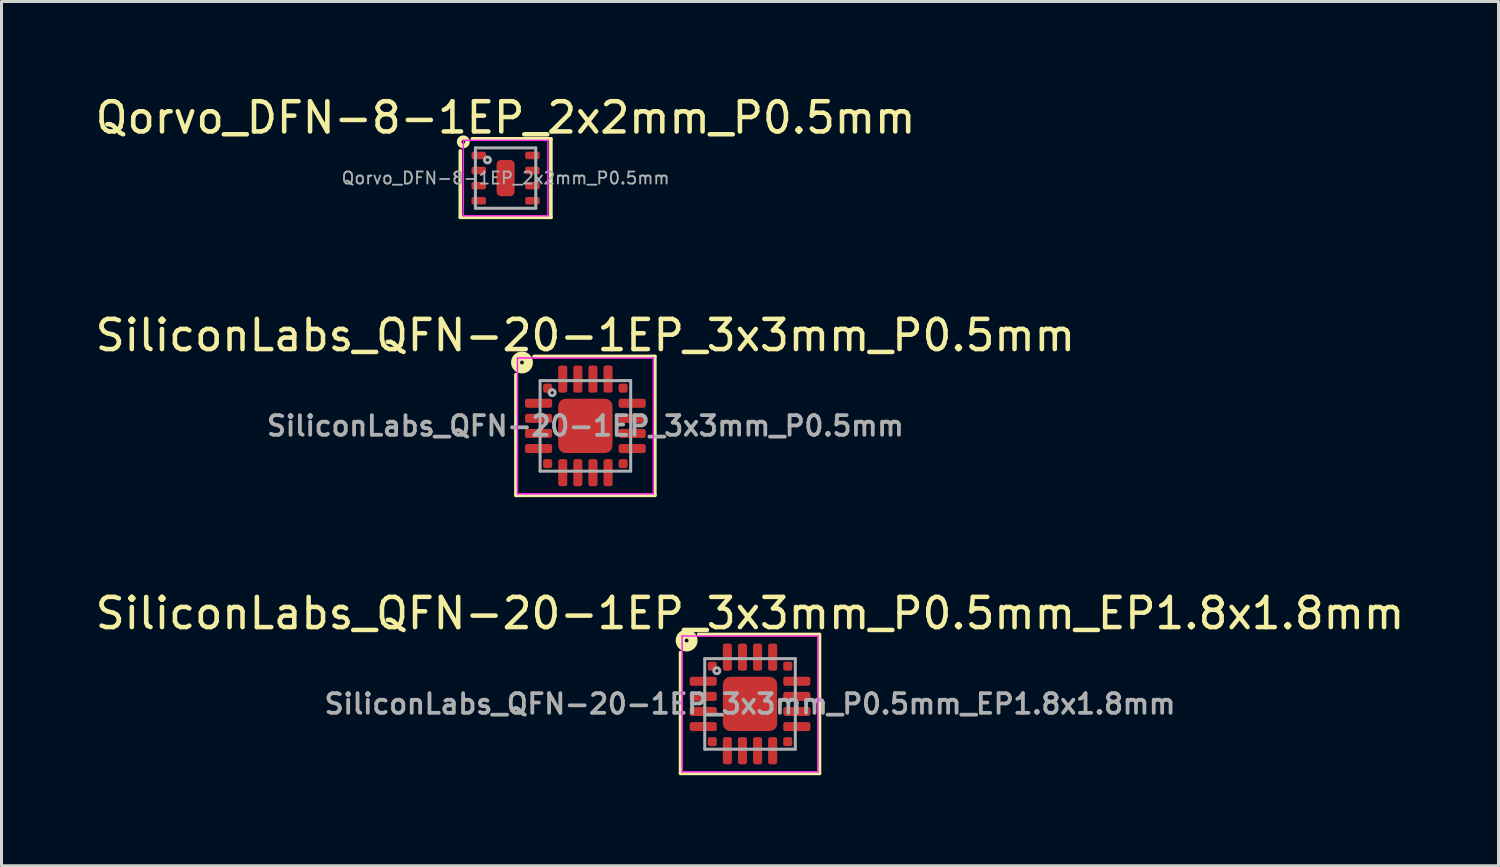
<source format=kicad_pcb>
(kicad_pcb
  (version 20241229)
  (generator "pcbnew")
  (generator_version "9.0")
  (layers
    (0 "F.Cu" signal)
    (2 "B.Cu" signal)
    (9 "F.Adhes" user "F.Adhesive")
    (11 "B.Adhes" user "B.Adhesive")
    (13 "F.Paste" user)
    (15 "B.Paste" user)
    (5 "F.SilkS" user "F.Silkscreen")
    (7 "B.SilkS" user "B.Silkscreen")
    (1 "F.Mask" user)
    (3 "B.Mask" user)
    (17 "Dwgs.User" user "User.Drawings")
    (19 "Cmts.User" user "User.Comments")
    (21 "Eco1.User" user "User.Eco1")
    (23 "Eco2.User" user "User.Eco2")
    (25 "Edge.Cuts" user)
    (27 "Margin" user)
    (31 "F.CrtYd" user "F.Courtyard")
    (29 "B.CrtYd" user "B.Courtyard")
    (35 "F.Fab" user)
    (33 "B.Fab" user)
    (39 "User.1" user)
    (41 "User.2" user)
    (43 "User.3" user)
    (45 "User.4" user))
  (footprint "SiliconLabs_QFN-20-1EP_3x3mm_P0.5mm_EP1.8x1.8mm"
    (layer "F.Cu")
    (at 21.792 20.265)
    (property "Reference" "SiliconLabs_QFN-20-1EP_3x3mm_P0.5mm_EP1.8x1.8mm" (at 0 -3 0) (layer "F.SilkS") (effects (font (size 1 1) (thickness 0.15))))
    (attr smd)
    (fp_line (start -2.3 2.3) (end -2.3 -1.7) (stroke (width 0.12) (type solid)) (layer "F.SilkS"))
    (fp_line (start -1.7 -2.3) (end 2.3 -2.3) (stroke (width 0.12) (type solid)) (layer "F.SilkS"))
    (fp_line (start 2.3 -2.3) (end 2.3 2.3) (stroke (width 0.12) (type solid)) (layer "F.SilkS"))
    (fp_line (start 2.3 2.3) (end -2.3 2.3) (stroke (width 0.12) (type solid)) (layer "F.SilkS"))
    (fp_circle (center -2.1 -2.1) (end -2.037 -2.1) (stroke (width 0.3) (type solid)) (fill no) (layer "F.SilkS"))
    (fp_line (start -2.25 -2.25) (end -2.25 2.25) (stroke (width 0.05) (type solid)) (layer "F.CrtYd"))
    (fp_line (start -2.25 2.25) (end 2.25 2.25) (stroke (width 0.05) (type solid)) (layer "F.CrtYd"))
    (fp_line (start 2.25 -2.25) (end -2.25 -2.25) (stroke (width 0.05) (type solid)) (layer "F.CrtYd"))
    (fp_line (start 2.25 2.25) (end 2.25 -2.25) (stroke (width 0.05) (type solid)) (layer "F.CrtYd"))
    (fp_line (start -1.5 -1.5) (end 1.5 -1.5) (stroke (width 0.1) (type solid)) (layer "F.Fab"))
    (fp_line (start -1.5 1.5) (end -1.5 -1.5) (stroke (width 0.1) (type solid)) (layer "F.Fab"))
    (fp_line (start 1.5 -1.5) (end 1.5 1.5) (stroke (width 0.1) (type solid)) (layer "F.Fab"))
    (fp_line (start 1.5 1.5) (end -1.5 1.5) (stroke (width 0.1) (type solid)) (layer "F.Fab"))
    (fp_circle (center -1.1 -1.1) (end -1 -1.1) (stroke (width 0.1) (type solid)) (fill no) (layer "F.Fab"))
    (fp_text user "${REFERENCE}" (at 0 0 0) (layer "F.Fab") (effects (font (size 0.65 0.65) (thickness 0.125))))
    (pad "" smd roundrect (at -0.45 -0.45) (size 0.7 0.7) (layers "F.Paste") (roundrect_rratio 0.25))
    (pad "" smd roundrect (at -0.45 0.45) (size 0.7 0.7) (layers "F.Paste") (roundrect_rratio 0.25))
    (pad "" smd roundrect (at 0.45 -0.45) (size 0.7 0.7) (layers "F.Paste") (roundrect_rratio 0.25))
    (pad "" smd roundrect (at 0.45 0.45) (size 0.7 0.7) (layers "F.Paste") (roundrect_rratio 0.25))
    (pad "1" smd roundrect (at -1.25 -1.25) (size 0.3 0.3) (layers "F.Cu" "F.Mask" "F.Paste") (roundrect_rratio 0.25))
    (pad "2" smd roundrect (at -1.55 -0.75) (size 0.9 0.3) (layers "F.Cu" "F.Mask" "F.Paste") (roundrect_rratio 0.25))
    (pad "3" smd roundrect (at -1.55 -0.25) (size 0.9 0.3) (layers "F.Cu" "F.Mask" "F.Paste") (roundrect_rratio 0.25))
    (pad "4" smd roundrect (at -1.55 0.25) (size 0.9 0.3) (layers "F.Cu" "F.Mask" "F.Paste") (roundrect_rratio 0.25))
    (pad "5" smd roundrect (at -1.55 0.75) (size 0.9 0.3) (layers "F.Cu" "F.Mask" "F.Paste") (roundrect_rratio 0.25))
    (pad "6" smd roundrect (at -1.25 1.25) (size 0.3 0.3) (layers "F.Cu" "F.Mask" "F.Paste") (roundrect_rratio 0.25))
    (pad "7" smd roundrect (at -0.75 1.55 90) (size 0.9 0.3) (layers "F.Cu" "F.Mask" "F.Paste") (roundrect_rratio 0.25))
    (pad "8" smd roundrect (at -0.25 1.55 90) (size 0.9 0.3) (layers "F.Cu" "F.Mask" "F.Paste") (roundrect_rratio 0.25))
    (pad "9" smd roundrect (at 0.25 1.55 90) (size 0.9 0.3) (layers "F.Cu" "F.Mask" "F.Paste") (roundrect_rratio 0.25))
    (pad "10" smd roundrect (at 0.75 1.55 90) (size 0.9 0.3) (layers "F.Cu" "F.Mask" "F.Paste") (roundrect_rratio 0.25))
    (pad "11" smd roundrect (at 1.25 1.25) (size 0.3 0.3) (layers "F.Cu" "F.Mask" "F.Paste") (roundrect_rratio 0.25))
    (pad "12" smd roundrect (at 1.55 0.75) (size 0.9 0.3) (layers "F.Cu" "F.Mask" "F.Paste") (roundrect_rratio 0.25))
    (pad "13" smd roundrect (at 1.55 0.25) (size 0.9 0.3) (layers "F.Cu" "F.Mask" "F.Paste") (roundrect_rratio 0.25))
    (pad "14" smd roundrect (at 1.55 -0.25) (size 0.9 0.3) (layers "F.Cu" "F.Mask" "F.Paste") (roundrect_rratio 0.25))
    (pad "15" smd roundrect (at 1.55 -0.75) (size 0.9 0.3) (layers "F.Cu" "F.Mask" "F.Paste") (roundrect_rratio 0.25))
    (pad "16" smd roundrect (at 1.25 -1.25) (size 0.3 0.3) (layers "F.Cu" "F.Mask" "F.Paste") (roundrect_rratio 0.25))
    (pad "17" smd roundrect (at 0.75 -1.55 90) (size 0.9 0.3) (layers "F.Cu" "F.Mask" "F.Paste") (roundrect_rratio 0.25))
    (pad "18" smd roundrect (at 0.25 -1.55 90) (size 0.9 0.3) (layers "F.Cu" "F.Mask" "F.Paste") (roundrect_rratio 0.25))
    (pad "19" smd roundrect (at -0.25 -1.55 90) (size 0.9 0.3) (layers "F.Cu" "F.Mask" "F.Paste") (roundrect_rratio 0.25))
    (pad "20" smd roundrect (at -0.75 -1.55 90) (size 0.9 0.3) (layers "F.Cu" "F.Mask" "F.Paste") (roundrect_rratio 0.25))
    (pad "21" smd roundrect (at 0 0) (size 1.8 1.8) (layers "F.Cu" "F.Mask") (roundrect_rratio 0.139)))
  (footprint "SiliconLabs_QFN-20-1EP_3x3mm_P0.5mm"
    (layer "F.Cu")
    (at 16.339 11.056)
    (property "Reference" "SiliconLabs_QFN-20-1EP_3x3mm_P0.5mm" (at 0 -3 0) (layer "F.SilkS") (effects (font (size 1 1) (thickness 0.15))))
    (attr smd)
    (fp_line (start -2.3 2.3) (end -2.3 -1.7) (stroke (width 0.12) (type solid)) (layer "F.SilkS"))
    (fp_line (start -1.7 -2.3) (end 2.3 -2.3) (stroke (width 0.12) (type solid)) (layer "F.SilkS"))
    (fp_line (start 2.3 -2.3) (end 2.3 2.3) (stroke (width 0.12) (type solid)) (layer "F.SilkS"))
    (fp_line (start 2.3 2.3) (end -2.3 2.3) (stroke (width 0.12) (type solid)) (layer "F.SilkS"))
    (fp_circle (center -2.1 -2.1) (end -2.037 -2.1) (stroke (width 0.3) (type solid)) (fill no) (layer "F.SilkS"))
    (fp_line (start -2.25 -2.25) (end -2.25 2.25) (stroke (width 0.05) (type solid)) (layer "F.CrtYd"))
    (fp_line (start -2.25 2.25) (end 2.25 2.25) (stroke (width 0.05) (type solid)) (layer "F.CrtYd"))
    (fp_line (start 2.25 -2.25) (end -2.25 -2.25) (stroke (width 0.05) (type solid)) (layer "F.CrtYd"))
    (fp_line (start 2.25 2.25) (end 2.25 -2.25) (stroke (width 0.05) (type solid)) (layer "F.CrtYd"))
    (fp_line (start -1.5 -1.5) (end 1.5 -1.5) (stroke (width 0.1) (type solid)) (layer "F.Fab"))
    (fp_line (start -1.5 1.5) (end -1.5 -1.5) (stroke (width 0.1) (type solid)) (layer "F.Fab"))
    (fp_line (start 1.5 -1.5) (end 1.5 1.5) (stroke (width 0.1) (type solid)) (layer "F.Fab"))
    (fp_line (start 1.5 1.5) (end -1.5 1.5) (stroke (width 0.1) (type solid)) (layer "F.Fab"))
    (fp_circle (center -1.1 -1.1) (end -1 -1.1) (stroke (width 0.1) (type solid)) (fill no) (layer "F.Fab"))
    (fp_text user "${REFERENCE}" (at 0 0 0) (layer "F.Fab") (effects (font (size 0.65 0.65) (thickness 0.125))))
    (pad "" smd roundrect (at -0.45 -0.45) (size 0.7 0.7) (layers "F.Paste") (roundrect_rratio 0.25))
    (pad "" smd roundrect (at -0.45 0.45) (size 0.7 0.7) (layers "F.Paste") (roundrect_rratio 0.25))
    (pad "" smd roundrect (at 0.45 -0.45) (size 0.7 0.7) (layers "F.Paste") (roundrect_rratio 0.25))
    (pad "" smd roundrect (at 0.45 0.45) (size 0.7 0.7) (layers "F.Paste") (roundrect_rratio 0.25))
    (pad "1" smd roundrect (at -1.25 -1.25) (size 0.3 0.3) (layers "F.Cu" "F.Mask" "F.Paste") (roundrect_rratio 0.25))
    (pad "2" smd roundrect (at -1.55 -0.75) (size 0.9 0.3) (layers "F.Cu" "F.Mask" "F.Paste") (roundrect_rratio 0.25))
    (pad "3" smd roundrect (at -1.55 -0.25) (size 0.9 0.3) (layers "F.Cu" "F.Mask" "F.Paste") (roundrect_rratio 0.25))
    (pad "4" smd roundrect (at -1.55 0.25) (size 0.9 0.3) (layers "F.Cu" "F.Mask" "F.Paste") (roundrect_rratio 0.25))
    (pad "5" smd roundrect (at -1.55 0.75) (size 0.9 0.3) (layers "F.Cu" "F.Mask" "F.Paste") (roundrect_rratio 0.25))
    (pad "6" smd roundrect (at -1.25 1.25) (size 0.3 0.3) (layers "F.Cu" "F.Mask" "F.Paste") (roundrect_rratio 0.25))
    (pad "7" smd roundrect (at -0.75 1.55 90) (size 0.9 0.3) (layers "F.Cu" "F.Mask" "F.Paste") (roundrect_rratio 0.25))
    (pad "8" smd roundrect (at -0.25 1.55 90) (size 0.9 0.3) (layers "F.Cu" "F.Mask" "F.Paste") (roundrect_rratio 0.25))
    (pad "9" smd roundrect (at 0.25 1.55 90) (size 0.9 0.3) (layers "F.Cu" "F.Mask" "F.Paste") (roundrect_rratio 0.25))
    (pad "10" smd roundrect (at 0.75 1.55 90) (size 0.9 0.3) (layers "F.Cu" "F.Mask" "F.Paste") (roundrect_rratio 0.25))
    (pad "11" smd roundrect (at 1.25 1.25) (size 0.3 0.3) (layers "F.Cu" "F.Mask" "F.Paste") (roundrect_rratio 0.25))
    (pad "12" smd roundrect (at 1.55 0.75) (size 0.9 0.3) (layers "F.Cu" "F.Mask" "F.Paste") (roundrect_rratio 0.25))
    (pad "13" smd roundrect (at 1.55 0.25) (size 0.9 0.3) (layers "F.Cu" "F.Mask" "F.Paste") (roundrect_rratio 0.25))
    (pad "14" smd roundrect (at 1.55 -0.25) (size 0.9 0.3) (layers "F.Cu" "F.Mask" "F.Paste") (roundrect_rratio 0.25))
    (pad "15" smd roundrect (at 1.55 -0.75) (size 0.9 0.3) (layers "F.Cu" "F.Mask" "F.Paste") (roundrect_rratio 0.25))
    (pad "16" smd roundrect (at 1.25 -1.25) (size 0.3 0.3) (layers "F.Cu" "F.Mask" "F.Paste") (roundrect_rratio 0.25))
    (pad "17" smd roundrect (at 0.75 -1.55 90) (size 0.9 0.3) (layers "F.Cu" "F.Mask" "F.Paste") (roundrect_rratio 0.25))
    (pad "18" smd roundrect (at 0.25 -1.55 90) (size 0.9 0.3) (layers "F.Cu" "F.Mask" "F.Paste") (roundrect_rratio 0.25))
    (pad "19" smd roundrect (at -0.25 -1.55 90) (size 0.9 0.3) (layers "F.Cu" "F.Mask" "F.Paste") (roundrect_rratio 0.25))
    (pad "20" smd roundrect (at -0.75 -1.55 90) (size 0.9 0.3) (layers "F.Cu" "F.Mask" "F.Paste") (roundrect_rratio 0.25))
    (pad "21" smd roundrect (at 0 0) (size 1.8 1.8) (layers "F.Cu" "F.Mask") (roundrect_rratio 0.139)))
  (footprint "Qorvo_DFN-8-1EP_2x2mm_P0.5mm"
    (layer "F.Cu")
    (at 13.696 2.848)
    (property "Reference" "Qorvo_DFN-8-1EP_2x2mm_P0.5mm" (at 0 -2 0) (layer "F.SilkS") (effects (font (size 1 1) (thickness 0.15))))
    (attr smd)
    (fp_line (start -1.5 -0.9) (end -1.5 1.3) (stroke (width 0.12) (type solid)) (layer "F.SilkS"))
    (fp_line (start -1.5 1.3) (end 1.5 1.3) (stroke (width 0.12) (type solid)) (layer "F.SilkS"))
    (fp_line (start 1.5 -1.3) (end -1.1 -1.3) (stroke (width 0.12) (type solid)) (layer "F.SilkS"))
    (fp_line (start 1.5 1.3) (end 1.5 -1.3) (stroke (width 0.12) (type solid)) (layer "F.SilkS"))
    (fp_circle (center -1.4 -1.2) (end -1.337 -1.2) (stroke (width 0.15) (type solid)) (fill no) (layer "F.SilkS"))
    (fp_line (start -1.4 -1.25) (end -1.4 1.25) (stroke (width 0.05) (type solid)) (layer "F.CrtYd"))
    (fp_line (start -1.4 -1.25) (end 1.4 -1.25) (stroke (width 0.05) (type solid)) (layer "F.CrtYd"))
    (fp_line (start -1.4 1.25) (end 1.4 1.25) (stroke (width 0.05) (type solid)) (layer "F.CrtYd"))
    (fp_line (start 1.4 -1.25) (end 1.4 1.25) (stroke (width 0.05) (type solid)) (layer "F.CrtYd"))
    (fp_line (start -1 -1) (end 1 -1) (stroke (width 0.1) (type solid)) (layer "F.Fab"))
    (fp_line (start -1 1) (end -1 -1) (stroke (width 0.1) (type solid)) (layer "F.Fab"))
    (fp_line (start 1 -1) (end 1 1) (stroke (width 0.1) (type solid)) (layer "F.Fab"))
    (fp_line (start 1 1) (end -1 1) (stroke (width 0.1) (type solid)) (layer "F.Fab"))
    (fp_circle (center -0.6 -0.6) (end -0.5 -0.6) (stroke (width 0.1) (type solid)) (fill no) (layer "F.Fab"))
    (fp_text user "${REFERENCE}" (at 0 0 0) (layer "F.Fab") (effects (font (size 0.4 0.4) (thickness 0.06))))
    (pad "1" smd roundrect (at -0.89 -0.75) (size 0.48 0.25) (layers "F.Cu" "F.Mask" "F.Paste") (roundrect_rratio 0.25))
    (pad "2" smd roundrect (at -0.89 -0.25) (size 0.48 0.25) (layers "F.Cu" "F.Mask" "F.Paste") (roundrect_rratio 0.25))
    (pad "3" smd roundrect (at -0.89 0.25) (size 0.48 0.25) (layers "F.Cu" "F.Mask" "F.Paste") (roundrect_rratio 0.25))
    (pad "4" smd roundrect (at -0.89 0.75) (size 0.48 0.25) (layers "F.Cu" "F.Mask" "F.Paste") (roundrect_rratio 0.25))
    (pad "5" smd roundrect (at 0.89 0.75) (size 0.48 0.25) (layers "F.Cu" "F.Mask" "F.Paste") (roundrect_rratio 0.25))
    (pad "6" smd roundrect (at 0.89 0.25) (size 0.48 0.25) (layers "F.Cu" "F.Mask" "F.Paste") (roundrect_rratio 0.25))
    (pad "7" smd roundrect (at 0.89 -0.25) (size 0.48 0.25) (layers "F.Cu" "F.Mask" "F.Paste") (roundrect_rratio 0.25))
    (pad "8" smd roundrect (at 0.89 -0.75) (size 0.48 0.25) (layers "F.Cu" "F.Mask" "F.Paste") (roundrect_rratio 0.25))
    (pad "9" smd roundrect (at 0 0) (size 0.6 1.2) (layers "F.Cu" "F.Mask" "F.Paste") (roundrect_rratio 0.25)))
  (gr_rect
    (start -3 -3)
    (end 46.583 25.625)
    (stroke (width 0.1) (type default))
    (fill no)
    (layer "Edge.Cuts")))
</source>
